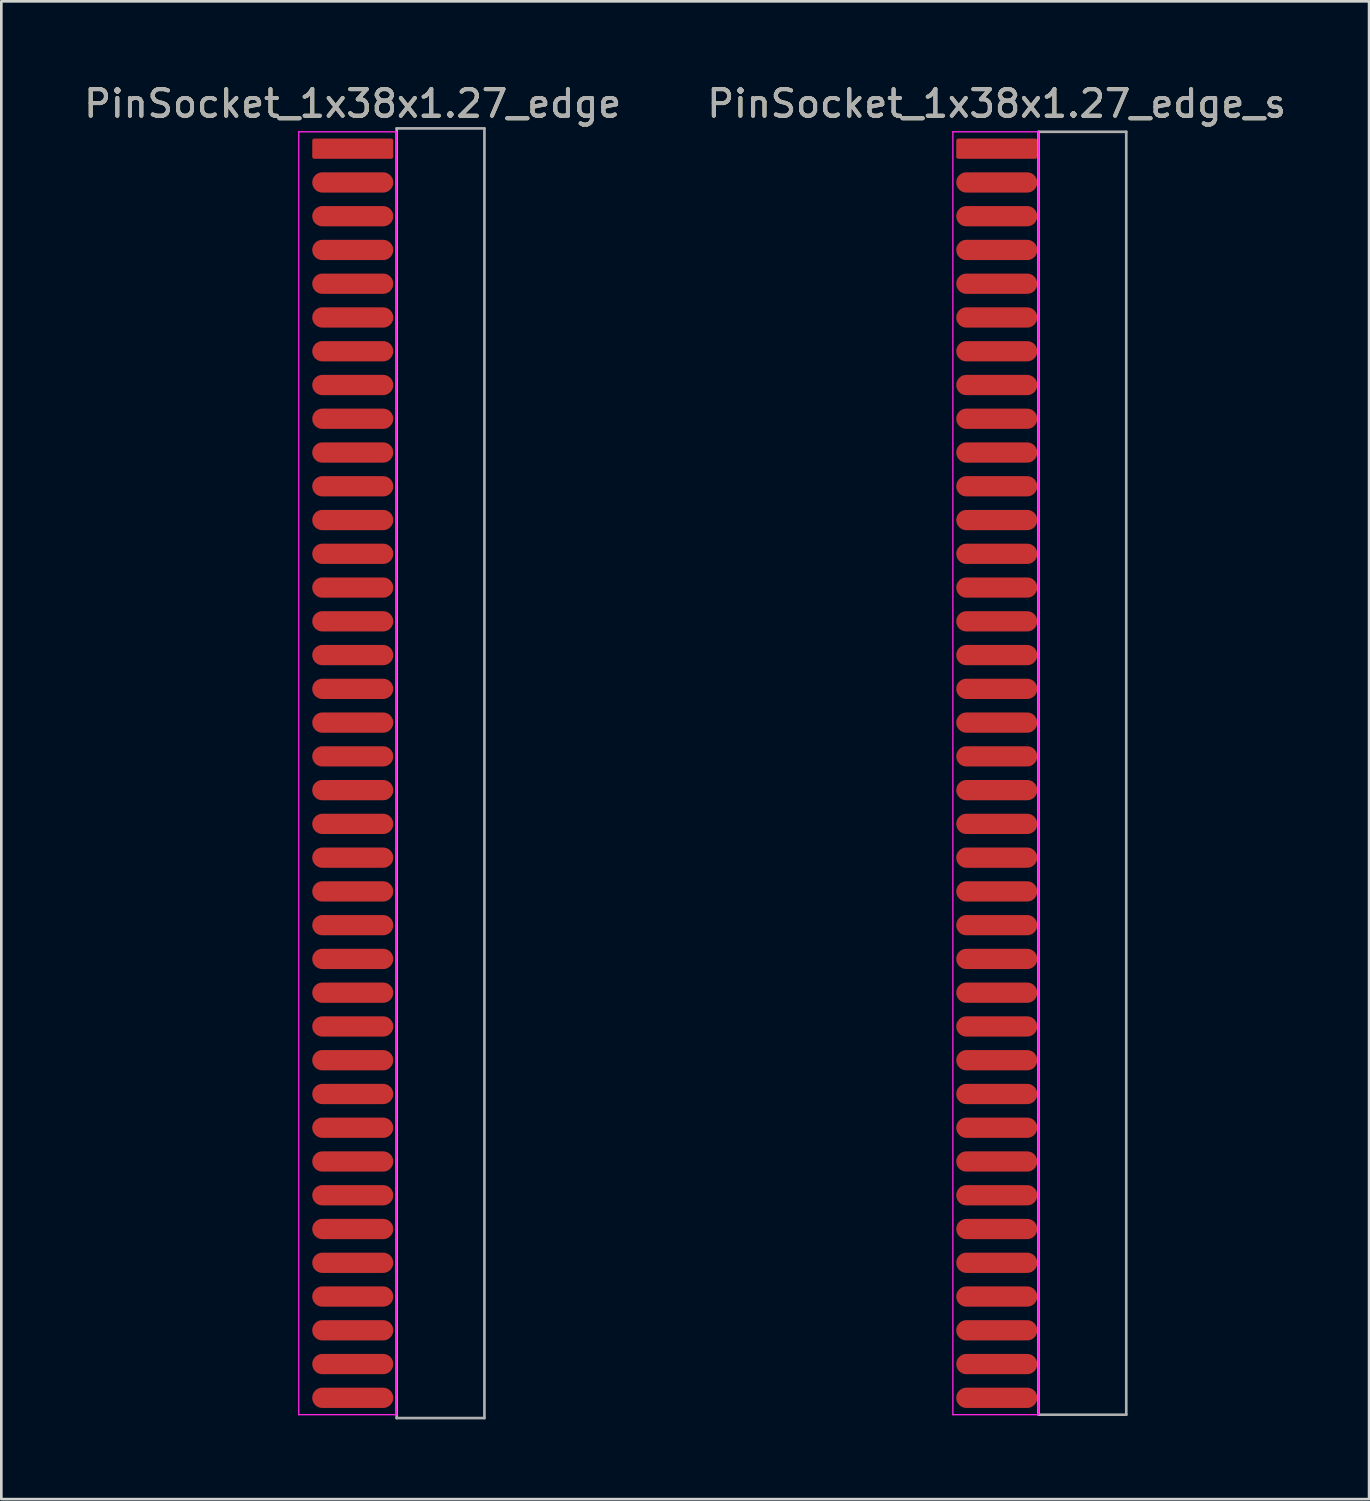
<source format=kicad_pcb>
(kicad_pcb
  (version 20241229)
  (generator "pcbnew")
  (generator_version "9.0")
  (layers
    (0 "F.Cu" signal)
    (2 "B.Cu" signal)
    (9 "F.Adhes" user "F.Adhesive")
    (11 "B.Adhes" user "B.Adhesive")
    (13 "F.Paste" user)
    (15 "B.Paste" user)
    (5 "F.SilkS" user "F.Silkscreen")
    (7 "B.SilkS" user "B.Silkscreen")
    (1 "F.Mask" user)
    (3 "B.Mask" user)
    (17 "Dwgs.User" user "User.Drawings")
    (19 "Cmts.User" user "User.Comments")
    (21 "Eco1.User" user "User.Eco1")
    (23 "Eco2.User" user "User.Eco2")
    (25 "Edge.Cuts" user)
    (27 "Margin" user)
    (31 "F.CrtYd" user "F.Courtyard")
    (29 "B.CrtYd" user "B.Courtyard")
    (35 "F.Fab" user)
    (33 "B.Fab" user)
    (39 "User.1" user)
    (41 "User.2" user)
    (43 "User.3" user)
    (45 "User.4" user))
  (footprint "PinSocket_1x38x1.27_edge_s"
    (layer "F.Cu")
    (at 36.016 26.038)
    (property "Reference" "PinSocket_1x38x1.27_edge_s" (at -1.57 -25.19 0) (layer "F.SilkS") (effects (font (size 1 1) (thickness 0.15))))
    (attr smd)
    (fp_line (start -3.221 -24.13) (end -3.221 24.13) (stroke (width 0.05) (type solid)) (layer "F.CrtYd"))
    (fp_line (start -3.221 24.13) (end 0 24.13) (stroke (width 0.05) (type solid)) (layer "F.CrtYd"))
    (fp_line (start 0 -24.13) (end -3.221 -24.13) (stroke (width 0.05) (type solid)) (layer "F.CrtYd"))
    (fp_line (start 0 24.13) (end 0 -24.13) (stroke (width 0.05) (type solid)) (layer "F.CrtYd"))
    (fp_line (start 0 24.13) (end 0 -24.13) (stroke (width 0.1) (type solid)) (layer "F.Fab"))
    (fp_line (start 0 24.13) (end 3.302 24.13) (stroke (width 0.1) (type solid)) (layer "F.Fab"))
    (fp_line (start 3.302 -24.13) (end 0 -24.13) (stroke (width 0.1) (type solid)) (layer "F.Fab"))
    (fp_line (start 3.302 -24.13) (end 3.302 24.13) (stroke (width 0.1) (type solid)) (layer "F.Fab"))
    (fp_text user "${REFERENCE}" (at -1.57 -25.19 0) (layer "F.Fab") (effects (font (size 1 1) (thickness 0.15))))
    (pad "1" smd roundrect (at -1.57 -23.495) (size 3.048 0.762) (layers "F.Cu" "F.Mask" "F.Paste") (roundrect_rratio 0.1))
    (pad "2" smd oval (at -1.57 -22.225) (size 3.048 0.762) (layers "F.Cu" "F.Mask" "F.Paste"))
    (pad "3" smd oval (at -1.57 -20.955) (size 3.048 0.762) (layers "F.Cu" "F.Mask" "F.Paste"))
    (pad "4" smd oval (at -1.57 -19.685) (size 3.048 0.762) (layers "F.Cu" "F.Mask" "F.Paste"))
    (pad "5" smd oval (at -1.57 -18.415) (size 3.048 0.762) (layers "F.Cu" "F.Mask" "F.Paste"))
    (pad "6" smd oval (at -1.57 -17.145) (size 3.048 0.762) (layers "F.Cu" "F.Mask" "F.Paste"))
    (pad "7" smd oval (at -1.57 -15.875) (size 3.048 0.762) (layers "F.Cu" "F.Mask" "F.Paste"))
    (pad "8" smd oval (at -1.57 -14.605) (size 3.048 0.762) (layers "F.Cu" "F.Mask" "F.Paste"))
    (pad "9" smd oval (at -1.57 -13.335) (size 3.048 0.762) (layers "F.Cu" "F.Mask" "F.Paste"))
    (pad "10" smd oval (at -1.57 -12.065) (size 3.048 0.762) (layers "F.Cu" "F.Mask" "F.Paste"))
    (pad "11" smd oval (at -1.57 -10.795) (size 3.048 0.762) (layers "F.Cu" "F.Mask" "F.Paste"))
    (pad "12" smd oval (at -1.57 -9.525) (size 3.048 0.762) (layers "F.Cu" "F.Mask" "F.Paste"))
    (pad "13" smd oval (at -1.57 -8.255) (size 3.048 0.762) (layers "F.Cu" "F.Mask" "F.Paste"))
    (pad "14" smd oval (at -1.57 -6.985) (size 3.048 0.762) (layers "F.Cu" "F.Mask" "F.Paste"))
    (pad "15" smd oval (at -1.57 -5.715) (size 3.048 0.762) (layers "F.Cu" "F.Mask" "F.Paste"))
    (pad "16" smd oval (at -1.57 -4.445) (size 3.048 0.762) (layers "F.Cu" "F.Mask" "F.Paste"))
    (pad "17" smd oval (at -1.57 -3.175) (size 3.048 0.762) (layers "F.Cu" "F.Mask" "F.Paste"))
    (pad "18" smd oval (at -1.57 -1.905) (size 3.048 0.762) (layers "F.Cu" "F.Mask" "F.Paste"))
    (pad "19" smd oval (at -1.57 -0.635) (size 3.048 0.762) (layers "F.Cu" "F.Mask" "F.Paste"))
    (pad "20" smd oval (at -1.57 0.635) (size 3.048 0.762) (layers "F.Cu" "F.Mask" "F.Paste"))
    (pad "21" smd oval (at -1.57 1.905) (size 3.048 0.762) (layers "F.Cu" "F.Mask" "F.Paste"))
    (pad "22" smd oval (at -1.57 3.175) (size 3.048 0.762) (layers "F.Cu" "F.Mask" "F.Paste"))
    (pad "23" smd oval (at -1.57 4.445) (size 3.048 0.762) (layers "F.Cu" "F.Mask" "F.Paste"))
    (pad "24" smd oval (at -1.57 5.715) (size 3.048 0.762) (layers "F.Cu" "F.Mask" "F.Paste"))
    (pad "25" smd oval (at -1.57 6.985) (size 3.048 0.762) (layers "F.Cu" "F.Mask" "F.Paste"))
    (pad "26" smd oval (at -1.57 8.255) (size 3.048 0.762) (layers "F.Cu" "F.Mask" "F.Paste"))
    (pad "27" smd oval (at -1.57 9.525) (size 3.048 0.762) (layers "F.Cu" "F.Mask" "F.Paste"))
    (pad "28" smd oval (at -1.57 10.795) (size 3.048 0.762) (layers "F.Cu" "F.Mask" "F.Paste"))
    (pad "29" smd oval (at -1.57 12.065) (size 3.048 0.762) (layers "F.Cu" "F.Mask" "F.Paste"))
    (pad "30" smd oval (at -1.57 13.335) (size 3.048 0.762) (layers "F.Cu" "F.Mask" "F.Paste"))
    (pad "31" smd oval (at -1.57 14.605) (size 3.048 0.762) (layers "F.Cu" "F.Mask" "F.Paste"))
    (pad "32" smd oval (at -1.57 15.875) (size 3.048 0.762) (layers "F.Cu" "F.Mask" "F.Paste"))
    (pad "33" smd oval (at -1.57 17.145) (size 3.048 0.762) (layers "F.Cu" "F.Mask" "F.Paste"))
    (pad "34" smd oval (at -1.57 18.415) (size 3.048 0.762) (layers "F.Cu" "F.Mask" "F.Paste"))
    (pad "35" smd oval (at -1.57 19.685) (size 3.048 0.762) (layers "F.Cu" "F.Mask" "F.Paste"))
    (pad "36" smd oval (at -1.57 20.955) (size 3.048 0.762) (layers "F.Cu" "F.Mask" "F.Paste"))
    (pad "37" smd oval (at -1.57 22.225) (size 3.048 0.762) (layers "F.Cu" "F.Mask" "F.Paste"))
    (pad "38" smd oval (at -1.57 23.495) (size 3.048 0.762) (layers "F.Cu" "F.Mask" "F.Paste")))
  (footprint "PinSocket_1x38x1.27_edge"
    (layer "F.Cu")
    (at 10.22 2.543)
    (property "Reference" "PinSocket_1x38x1.27_edge" (at 0 -1.695 0) (layer "F.SilkS") (effects (font (size 1 1) (thickness 0.15))))
    (attr smd)
    (fp_line (start -2.032 -0.635) (end -2.032 47.625) (stroke (width 0.05) (type solid)) (layer "F.CrtYd"))
    (fp_line (start -2.032 47.625) (end 1.651 47.625) (stroke (width 0.05) (type solid)) (layer "F.CrtYd"))
    (fp_line (start 1.651 -0.635) (end -2.032 -0.635) (stroke (width 0.05) (type solid)) (layer "F.CrtYd"))
    (fp_line (start 1.651 47.625) (end 1.651 -0.635) (stroke (width 0.05) (type solid)) (layer "F.CrtYd"))
    (fp_line (start 1.651 47.752) (end 1.651 -0.762) (stroke (width 0.1) (type solid)) (layer "F.Fab"))
    (fp_line (start 1.651 47.752) (end 4.953 47.752) (stroke (width 0.1) (type solid)) (layer "F.Fab"))
    (fp_line (start 4.953 -0.762) (end 1.651 -0.762) (stroke (width 0.1) (type solid)) (layer "F.Fab"))
    (fp_line (start 4.953 -0.762) (end 4.953 47.752) (stroke (width 0.1) (type solid)) (layer "F.Fab"))
    (fp_text user "${REFERENCE}" (at 0 -1.695 0) (layer "F.Fab") (effects (font (size 1 1) (thickness 0.15))))
    (pad "1" smd roundrect (at 0 0) (size 3.048 0.762) (layers "F.Cu" "F.Mask" "F.Paste") (roundrect_rratio 0.1))
    (pad "2" smd oval (at 0 1.27) (size 3.048 0.762) (layers "F.Cu" "F.Mask" "F.Paste"))
    (pad "3" smd oval (at 0 2.54) (size 3.048 0.762) (layers "F.Cu" "F.Mask" "F.Paste"))
    (pad "4" smd oval (at 0 3.81) (size 3.048 0.762) (layers "F.Cu" "F.Mask" "F.Paste"))
    (pad "5" smd oval (at 0 5.08) (size 3.048 0.762) (layers "F.Cu" "F.Mask" "F.Paste"))
    (pad "6" smd oval (at 0 6.35) (size 3.048 0.762) (layers "F.Cu" "F.Mask" "F.Paste"))
    (pad "7" smd oval (at 0 7.62) (size 3.048 0.762) (layers "F.Cu" "F.Mask" "F.Paste"))
    (pad "8" smd oval (at 0 8.89) (size 3.048 0.762) (layers "F.Cu" "F.Mask" "F.Paste"))
    (pad "9" smd oval (at 0 10.16) (size 3.048 0.762) (layers "F.Cu" "F.Mask" "F.Paste"))
    (pad "10" smd oval (at 0 11.43) (size 3.048 0.762) (layers "F.Cu" "F.Mask" "F.Paste"))
    (pad "11" smd oval (at 0 12.7) (size 3.048 0.762) (layers "F.Cu" "F.Mask" "F.Paste"))
    (pad "12" smd oval (at 0 13.97) (size 3.048 0.762) (layers "F.Cu" "F.Mask" "F.Paste"))
    (pad "13" smd oval (at 0 15.24) (size 3.048 0.762) (layers "F.Cu" "F.Mask" "F.Paste"))
    (pad "14" smd oval (at 0 16.51) (size 3.048 0.762) (layers "F.Cu" "F.Mask" "F.Paste"))
    (pad "15" smd oval (at 0 17.78) (size 3.048 0.762) (layers "F.Cu" "F.Mask" "F.Paste"))
    (pad "16" smd oval (at 0 19.05) (size 3.048 0.762) (layers "F.Cu" "F.Mask" "F.Paste"))
    (pad "17" smd oval (at 0 20.32) (size 3.048 0.762) (layers "F.Cu" "F.Mask" "F.Paste"))
    (pad "18" smd oval (at 0 21.59) (size 3.048 0.762) (layers "F.Cu" "F.Mask" "F.Paste"))
    (pad "19" smd oval (at 0 22.86) (size 3.048 0.762) (layers "F.Cu" "F.Mask" "F.Paste"))
    (pad "20" smd oval (at 0 24.13) (size 3.048 0.762) (layers "F.Cu" "F.Mask" "F.Paste"))
    (pad "21" smd oval (at 0 25.4) (size 3.048 0.762) (layers "F.Cu" "F.Mask" "F.Paste"))
    (pad "22" smd oval (at 0 26.67) (size 3.048 0.762) (layers "F.Cu" "F.Mask" "F.Paste"))
    (pad "23" smd oval (at 0 27.94) (size 3.048 0.762) (layers "F.Cu" "F.Mask" "F.Paste"))
    (pad "24" smd oval (at 0 29.21) (size 3.048 0.762) (layers "F.Cu" "F.Mask" "F.Paste"))
    (pad "25" smd oval (at 0 30.48) (size 3.048 0.762) (layers "F.Cu" "F.Mask" "F.Paste"))
    (pad "26" smd oval (at 0 31.75) (size 3.048 0.762) (layers "F.Cu" "F.Mask" "F.Paste"))
    (pad "27" smd oval (at 0 33.02) (size 3.048 0.762) (layers "F.Cu" "F.Mask" "F.Paste"))
    (pad "28" smd oval (at 0 34.29) (size 3.048 0.762) (layers "F.Cu" "F.Mask" "F.Paste"))
    (pad "29" smd oval (at 0 35.56) (size 3.048 0.762) (layers "F.Cu" "F.Mask" "F.Paste"))
    (pad "30" smd oval (at 0 36.83) (size 3.048 0.762) (layers "F.Cu" "F.Mask" "F.Paste"))
    (pad "31" smd oval (at 0 38.1) (size 3.048 0.762) (layers "F.Cu" "F.Mask" "F.Paste"))
    (pad "32" smd oval (at 0 39.37) (size 3.048 0.762) (layers "F.Cu" "F.Mask" "F.Paste"))
    (pad "33" smd oval (at 0 40.64) (size 3.048 0.762) (layers "F.Cu" "F.Mask" "F.Paste"))
    (pad "34" smd oval (at 0 41.91) (size 3.048 0.762) (layers "F.Cu" "F.Mask" "F.Paste"))
    (pad "35" smd oval (at 0 43.18) (size 3.048 0.762) (layers "F.Cu" "F.Mask" "F.Paste"))
    (pad "36" smd oval (at 0 44.45) (size 3.048 0.762) (layers "F.Cu" "F.Mask" "F.Paste"))
    (pad "37" smd oval (at 0 45.72) (size 3.048 0.762) (layers "F.Cu" "F.Mask" "F.Paste"))
    (pad "38" smd oval (at 0 46.99) (size 3.048 0.762) (layers "F.Cu" "F.Mask" "F.Paste")))
  (gr_rect
    (start -3 -3)
    (end 48.452 53.345)
    (stroke (width 0.1) (type default))
    (fill no)
    (layer "Edge.Cuts")))
</source>
